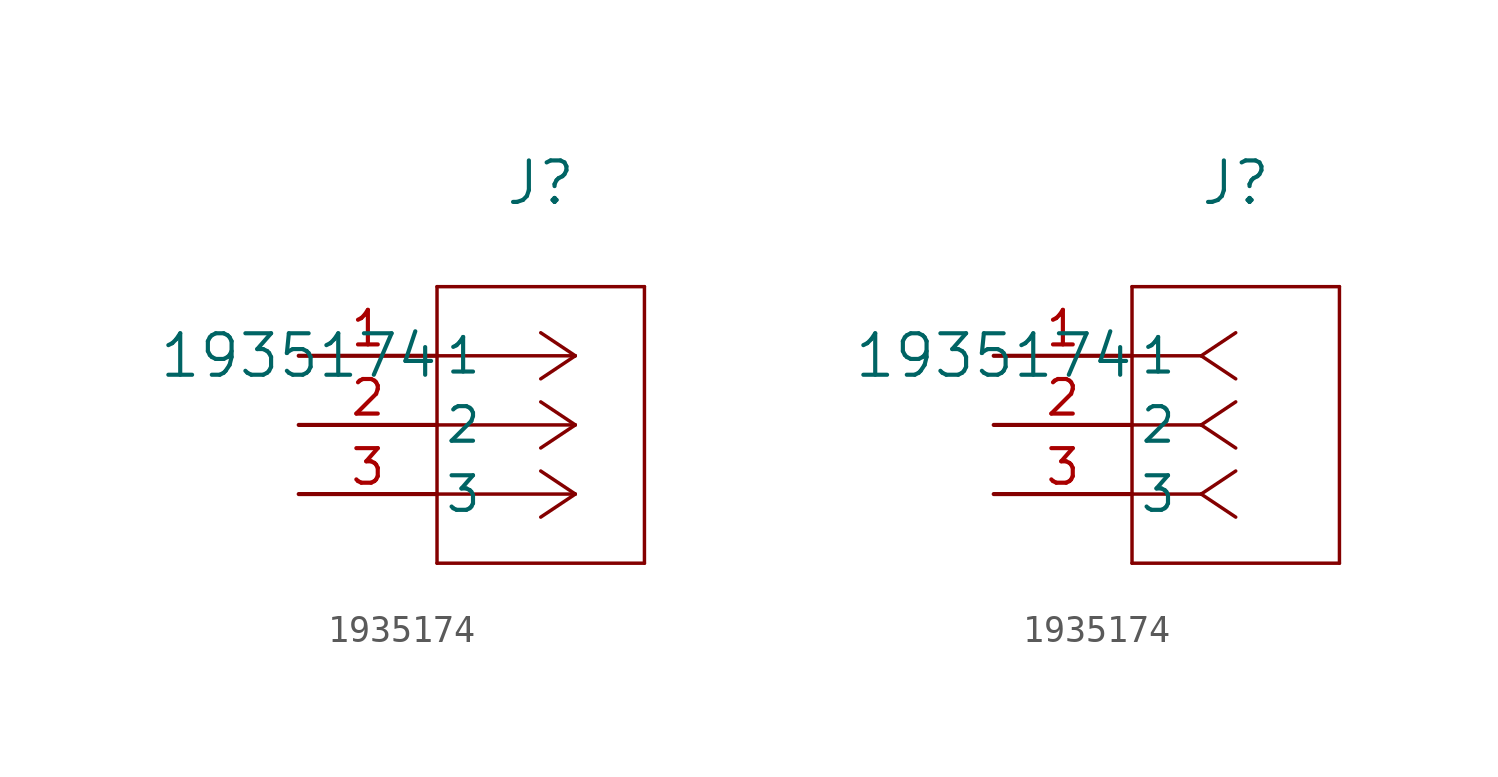
<source format=kicad_sym>
(kicad_symbol_lib
  (version 20211014)
  (generator kicad_symbol_editor)
  (symbol "1935174"
    (pin_names
      (offset 0.254))
    (property "Reference" "J"
      (at 8.89 6.35 0)
      (effects (font (size 1.524 1.524))))
    (property "Value" "1935174"
      (at 0 0 0)
      (effects (font (size 1.524 1.524))))
    (symbol "1935174_1_1"
      (polyline (pts (xy 10.16 0) (xy 5.08 0)) (stroke (width 0.127) (type default) (color 0 0 0 0)) (fill (type none)))
      (polyline (pts (xy 10.16 -2.54) (xy 5.08 -2.54)) (stroke (width 0.127) (type default) (color 0 0 0 0)) (fill (type none)))
      (polyline (pts (xy 10.16 -5.08) (xy 5.08 -5.08)) (stroke (width 0.127) (type default) (color 0 0 0 0)) (fill (type none)))
      (polyline (pts (xy 10.16 0) (xy 8.89 0.847)) (stroke (width 0.127) (type default) (color 0 0 0 0)) (fill (type none)))
      (polyline (pts (xy 10.16 -2.54) (xy 8.89 -1.693)) (stroke (width 0.127) (type default) (color 0 0 0 0)) (fill (type none)))
      (polyline (pts (xy 10.16 -5.08) (xy 8.89 -4.233)) (stroke (width 0.127) (type default) (color 0 0 0 0)) (fill (type none)))
      (polyline (pts (xy 10.16 0) (xy 8.89 -0.847)) (stroke (width 0.127) (type default) (color 0 0 0 0)) (fill (type none)))
      (polyline (pts (xy 10.16 -2.54) (xy 8.89 -3.387)) (stroke (width 0.127) (type default) (color 0 0 0 0)) (fill (type none)))
      (polyline (pts (xy 10.16 -5.08) (xy 8.89 -5.927)) (stroke (width 0.127) (type default) (color 0 0 0 0)) (fill (type none)))
      (polyline (pts (xy 5.08 2.54) (xy 5.08 -7.62)) (stroke (width 0.127) (type default) (color 0 0 0 0)) (fill (type none)))
      (polyline (pts (xy 5.08 -7.62) (xy 12.7 -7.62)) (stroke (width 0.127) (type default) (color 0 0 0 0)) (fill (type none)))
      (polyline (pts (xy 12.7 -7.62) (xy 12.7 2.54)) (stroke (width 0.127) (type default) (color 0 0 0 0)) (fill (type none)))
      (polyline (pts (xy 12.7 2.54) (xy 5.08 2.54)) (stroke (width 0.127) (type default) (color 0 0 0 0)) (fill (type none)))
      (pin unspecified line (at 0 0 0) (length 5.08) (name "1" (effects (font (size 1.27 1.27)))) (number "1" (effects (font (size 1.27 1.27)))))
      (pin unspecified line (at 0 -2.54 0) (length 5.08) (name "2" (effects (font (size 1.27 1.27)))) (number "2" (effects (font (size 1.27 1.27)))))
      (pin unspecified line (at 0 -5.08 0) (length 5.08) (name "3" (effects (font (size 1.27 1.27)))) (number "3" (effects (font (size 1.27 1.27))))))
    (symbol "1935174_1_2"
      (polyline (pts (xy 7.62 0) (xy 5.08 0)) (stroke (width 0.127) (type default) (color 0 0 0 0)) (fill (type none)))
      (polyline (pts (xy 7.62 -2.54) (xy 5.08 -2.54)) (stroke (width 0.127) (type default) (color 0 0 0 0)) (fill (type none)))
      (polyline (pts (xy 7.62 -5.08) (xy 5.08 -5.08)) (stroke (width 0.127) (type default) (color 0 0 0 0)) (fill (type none)))
      (polyline (pts (xy 7.62 0) (xy 8.89 0.847)) (stroke (width 0.127) (type default) (color 0 0 0 0)) (fill (type none)))
      (polyline (pts (xy 7.62 -2.54) (xy 8.89 -1.693)) (stroke (width 0.127) (type default) (color 0 0 0 0)) (fill (type none)))
      (polyline (pts (xy 7.62 -5.08) (xy 8.89 -4.233)) (stroke (width 0.127) (type default) (color 0 0 0 0)) (fill (type none)))
      (polyline (pts (xy 7.62 0) (xy 8.89 -0.847)) (stroke (width 0.127) (type default) (color 0 0 0 0)) (fill (type none)))
      (polyline (pts (xy 7.62 -2.54) (xy 8.89 -3.387)) (stroke (width 0.127) (type default) (color 0 0 0 0)) (fill (type none)))
      (polyline (pts (xy 7.62 -5.08) (xy 8.89 -5.927)) (stroke (width 0.127) (type default) (color 0 0 0 0)) (fill (type none)))
      (polyline (pts (xy 5.08 2.54) (xy 5.08 -7.62)) (stroke (width 0.127) (type default) (color 0 0 0 0)) (fill (type none)))
      (polyline (pts (xy 5.08 -7.62) (xy 12.7 -7.62)) (stroke (width 0.127) (type default) (color 0 0 0 0)) (fill (type none)))
      (polyline (pts (xy 12.7 -7.62) (xy 12.7 2.54)) (stroke (width 0.127) (type default) (color 0 0 0 0)) (fill (type none)))
      (polyline (pts (xy 12.7 2.54) (xy 5.08 2.54)) (stroke (width 0.127) (type default) (color 0 0 0 0)) (fill (type none)))
      (pin unspecified line (at 0 0 0) (length 5.08) (name "1" (effects (font (size 1.27 1.27)))) (number "1" (effects (font (size 1.27 1.27)))))
      (pin unspecified line (at 0 -2.54 0) (length 5.08) (name "2" (effects (font (size 1.27 1.27)))) (number "2" (effects (font (size 1.27 1.27)))))
      (pin unspecified line (at 0 -5.08 0) (length 5.08) (name "3" (effects (font (size 1.27 1.27)))) (number "3" (effects (font (size 1.27 1.27))))))))
</source>
